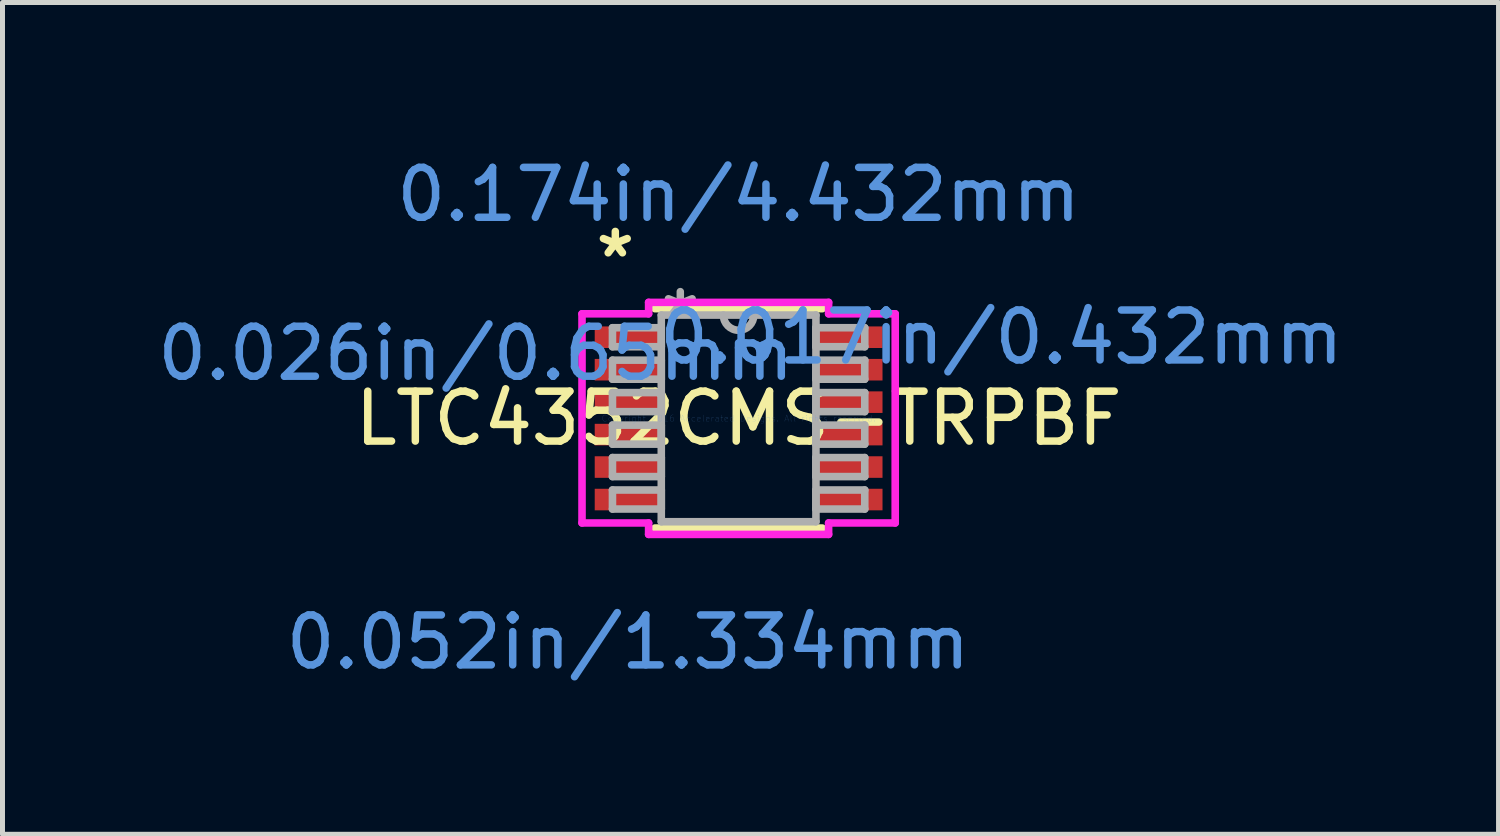
<source format=kicad_pcb>
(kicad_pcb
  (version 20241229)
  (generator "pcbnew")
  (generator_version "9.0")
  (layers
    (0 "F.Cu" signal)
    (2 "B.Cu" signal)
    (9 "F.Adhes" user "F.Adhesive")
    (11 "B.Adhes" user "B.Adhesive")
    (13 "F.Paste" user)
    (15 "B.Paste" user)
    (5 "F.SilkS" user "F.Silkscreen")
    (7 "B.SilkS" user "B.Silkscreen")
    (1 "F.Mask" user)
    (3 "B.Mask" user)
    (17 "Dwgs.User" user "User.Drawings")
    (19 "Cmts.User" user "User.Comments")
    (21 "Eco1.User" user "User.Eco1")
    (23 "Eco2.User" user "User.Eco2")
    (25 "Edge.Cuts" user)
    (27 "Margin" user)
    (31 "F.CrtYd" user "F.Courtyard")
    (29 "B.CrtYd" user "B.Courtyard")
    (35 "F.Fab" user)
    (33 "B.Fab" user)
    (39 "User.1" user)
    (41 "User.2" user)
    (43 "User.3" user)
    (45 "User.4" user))
  (footprint "LTC4352CMS-TRPBF"
    (layer "F.Cu")
    (at 11.746 5.331)
    (property "Reference" "LTC4352CMS-TRPBF" (at 0 0 0) (layer "F.SilkS") (effects (font (size 1 1) (thickness 0.15))))
    (attr through_hole)
    (fp_line (start -1.676 2.197) (end 1.676 2.197) (stroke (width 0.152) (type solid)) (layer "F.SilkS"))
    (fp_line (start 1.676 -2.197) (end -1.676 -2.197) (stroke (width 0.152) (type solid)) (layer "F.SilkS"))
    (fp_line (start -3.137 -2.095) (end -1.803 -2.095) (stroke (width 0.152) (type solid)) (layer "F.CrtYd"))
    (fp_line (start -3.137 2.095) (end -3.137 -2.095) (stroke (width 0.152) (type solid)) (layer "F.CrtYd"))
    (fp_line (start -3.137 2.095) (end -1.803 2.095) (stroke (width 0.152) (type solid)) (layer "F.CrtYd"))
    (fp_line (start -1.803 -2.324) (end 1.803 -2.324) (stroke (width 0.152) (type solid)) (layer "F.CrtYd"))
    (fp_line (start -1.803 -2.095) (end -1.803 -2.324) (stroke (width 0.152) (type solid)) (layer "F.CrtYd"))
    (fp_line (start -1.803 2.324) (end -1.803 2.095) (stroke (width 0.152) (type solid)) (layer "F.CrtYd"))
    (fp_line (start 1.803 -2.324) (end 1.803 -2.095) (stroke (width 0.152) (type solid)) (layer "F.CrtYd"))
    (fp_line (start 1.803 2.095) (end 1.803 2.324) (stroke (width 0.152) (type solid)) (layer "F.CrtYd"))
    (fp_line (start 1.803 2.324) (end -1.803 2.324) (stroke (width 0.152) (type solid)) (layer "F.CrtYd"))
    (fp_line (start 3.137 -2.095) (end 1.803 -2.095) (stroke (width 0.152) (type solid)) (layer "F.CrtYd"))
    (fp_line (start 3.137 -2.095) (end 3.137 2.095) (stroke (width 0.152) (type solid)) (layer "F.CrtYd"))
    (fp_line (start 3.137 2.095) (end 1.803 2.095) (stroke (width 0.152) (type solid)) (layer "F.CrtYd"))
    (fp_line (start -2.527 -1.816) (end -2.527 -1.435) (stroke (width 0.152) (type solid)) (layer "F.Fab"))
    (fp_line (start -2.527 -1.435) (end -1.549 -1.435) (stroke (width 0.152) (type solid)) (layer "F.Fab"))
    (fp_line (start -2.527 -1.166) (end -2.527 -0.785) (stroke (width 0.152) (type solid)) (layer "F.Fab"))
    (fp_line (start -2.527 -0.785) (end -1.549 -0.785) (stroke (width 0.152) (type solid)) (layer "F.Fab"))
    (fp_line (start -2.527 -0.516) (end -2.527 -0.135) (stroke (width 0.152) (type solid)) (layer "F.Fab"))
    (fp_line (start -2.527 -0.135) (end -1.549 -0.135) (stroke (width 0.152) (type solid)) (layer "F.Fab"))
    (fp_line (start -2.527 0.135) (end -2.527 0.516) (stroke (width 0.152) (type solid)) (layer "F.Fab"))
    (fp_line (start -2.527 0.516) (end -1.549 0.516) (stroke (width 0.152) (type solid)) (layer "F.Fab"))
    (fp_line (start -2.527 0.785) (end -2.527 1.166) (stroke (width 0.152) (type solid)) (layer "F.Fab"))
    (fp_line (start -2.527 1.166) (end -1.549 1.166) (stroke (width 0.152) (type solid)) (layer "F.Fab"))
    (fp_line (start -2.527 1.435) (end -2.527 1.816) (stroke (width 0.152) (type solid)) (layer "F.Fab"))
    (fp_line (start -2.527 1.816) (end -1.549 1.816) (stroke (width 0.152) (type solid)) (layer "F.Fab"))
    (fp_line (start -1.549 -2.07) (end -1.549 2.07) (stroke (width 0.152) (type solid)) (layer "F.Fab"))
    (fp_line (start -1.549 -1.816) (end -2.527 -1.816) (stroke (width 0.152) (type solid)) (layer "F.Fab"))
    (fp_line (start -1.549 -1.435) (end -1.549 -1.816) (stroke (width 0.152) (type solid)) (layer "F.Fab"))
    (fp_line (start -1.549 -1.166) (end -2.527 -1.166) (stroke (width 0.152) (type solid)) (layer "F.Fab"))
    (fp_line (start -1.549 -0.785) (end -1.549 -1.166) (stroke (width 0.152) (type solid)) (layer "F.Fab"))
    (fp_line (start -1.549 -0.516) (end -2.527 -0.516) (stroke (width 0.152) (type solid)) (layer "F.Fab"))
    (fp_line (start -1.549 -0.135) (end -1.549 -0.516) (stroke (width 0.152) (type solid)) (layer "F.Fab"))
    (fp_line (start -1.549 0.135) (end -2.527 0.135) (stroke (width 0.152) (type solid)) (layer "F.Fab"))
    (fp_line (start -1.549 0.516) (end -1.549 0.135) (stroke (width 0.152) (type solid)) (layer "F.Fab"))
    (fp_line (start -1.549 0.785) (end -2.527 0.785) (stroke (width 0.152) (type solid)) (layer "F.Fab"))
    (fp_line (start -1.549 1.166) (end -1.549 0.785) (stroke (width 0.152) (type solid)) (layer "F.Fab"))
    (fp_line (start -1.549 1.435) (end -2.527 1.435) (stroke (width 0.152) (type solid)) (layer "F.Fab"))
    (fp_line (start -1.549 1.816) (end -1.549 1.435) (stroke (width 0.152) (type solid)) (layer "F.Fab"))
    (fp_line (start -1.549 2.07) (end 1.549 2.07) (stroke (width 0.152) (type solid)) (layer "F.Fab"))
    (fp_line (start 1.549 -2.07) (end -1.549 -2.07) (stroke (width 0.152) (type solid)) (layer "F.Fab"))
    (fp_line (start 1.549 -1.816) (end 1.549 -1.435) (stroke (width 0.152) (type solid)) (layer "F.Fab"))
    (fp_line (start 1.549 -1.435) (end 2.527 -1.435) (stroke (width 0.152) (type solid)) (layer "F.Fab"))
    (fp_line (start 1.549 -1.166) (end 1.549 -0.785) (stroke (width 0.152) (type solid)) (layer "F.Fab"))
    (fp_line (start 1.549 -0.785) (end 2.527 -0.785) (stroke (width 0.152) (type solid)) (layer "F.Fab"))
    (fp_line (start 1.549 -0.516) (end 1.549 -0.135) (stroke (width 0.152) (type solid)) (layer "F.Fab"))
    (fp_line (start 1.549 -0.135) (end 2.527 -0.135) (stroke (width 0.152) (type solid)) (layer "F.Fab"))
    (fp_line (start 1.549 0.135) (end 1.549 0.516) (stroke (width 0.152) (type solid)) (layer "F.Fab"))
    (fp_line (start 1.549 0.516) (end 2.527 0.516) (stroke (width 0.152) (type solid)) (layer "F.Fab"))
    (fp_line (start 1.549 0.785) (end 1.549 1.166) (stroke (width 0.152) (type solid)) (layer "F.Fab"))
    (fp_line (start 1.549 1.166) (end 2.527 1.166) (stroke (width 0.152) (type solid)) (layer "F.Fab"))
    (fp_line (start 1.549 1.435) (end 1.549 1.816) (stroke (width 0.152) (type solid)) (layer "F.Fab"))
    (fp_line (start 1.549 1.816) (end 2.527 1.816) (stroke (width 0.152) (type solid)) (layer "F.Fab"))
    (fp_line (start 1.549 2.07) (end 1.549 -2.07) (stroke (width 0.152) (type solid)) (layer "F.Fab"))
    (fp_line (start 2.527 -1.816) (end 1.549 -1.816) (stroke (width 0.152) (type solid)) (layer "F.Fab"))
    (fp_line (start 2.527 -1.435) (end 2.527 -1.816) (stroke (width 0.152) (type solid)) (layer "F.Fab"))
    (fp_line (start 2.527 -1.166) (end 1.549 -1.166) (stroke (width 0.152) (type solid)) (layer "F.Fab"))
    (fp_line (start 2.527 -0.785) (end 2.527 -1.166) (stroke (width 0.152) (type solid)) (layer "F.Fab"))
    (fp_line (start 2.527 -0.516) (end 1.549 -0.516) (stroke (width 0.152) (type solid)) (layer "F.Fab"))
    (fp_line (start 2.527 -0.135) (end 2.527 -0.516) (stroke (width 0.152) (type solid)) (layer "F.Fab"))
    (fp_line (start 2.527 0.135) (end 1.549 0.135) (stroke (width 0.152) (type solid)) (layer "F.Fab"))
    (fp_line (start 2.527 0.516) (end 2.527 0.135) (stroke (width 0.152) (type solid)) (layer "F.Fab"))
    (fp_line (start 2.527 0.785) (end 1.549 0.785) (stroke (width 0.152) (type solid)) (layer "F.Fab"))
    (fp_line (start 2.527 1.166) (end 2.527 0.785) (stroke (width 0.152) (type solid)) (layer "F.Fab"))
    (fp_line (start 2.527 1.435) (end 1.549 1.435) (stroke (width 0.152) (type solid)) (layer "F.Fab"))
    (fp_line (start 2.527 1.816) (end 2.527 1.435) (stroke (width 0.152) (type solid)) (layer "F.Fab"))
    (fp_arc (start 0.3048 -2.0701) (mid 0 -1.7653) (end -0.3048 -2.0701) (stroke (width 0.1524) (type solid)) (layer "F.Fab"))
    (fp_text user "*" (at -2.47 -3.2 0) (layer "F.SilkS") (effects (font (size 1 1) (thickness 0.15))))
    (fp_text user "0.174in/4.432mm" (at 0 -4.483 0) (layer "Cmts.User") (effects (font (size 1 1) (thickness 0.15))))
    (fp_text user "0.052in/1.334mm" (at -2.216 4.483 0) (layer "Cmts.User") (effects (font (size 1 1) (thickness 0.15))))
    (fp_text user "0.017in/0.432mm" (at 5.264 -1.626 0) (layer "Cmts.User") (effects (font (size 1 1) (thickness 0.15))))
    (fp_text user "0.026in/0.65mm" (at -5.264 -1.3 0) (layer "Cmts.User") (effects (font (size 1 1) (thickness 0.15))))
    (fp_text user "Copyright 2016 Accelerated Designs. All rights reserved." (at 0 0 0) (layer "Cmts.User") (effects (font (size 0.127 0.127) (thickness 0.002))))
    (fp_text user "*" (at -1.168 -1.994 0) (layer "F.Fab") (effects (font (size 1 1) (thickness 0.15))))
    (pad "1" smd rect (at -2.216 -1.626) (size 1.333 0.432) (layers "F.Cu" "F.Mask" "F.Paste"))
    (pad "2" smd rect (at -2.216 -0.975) (size 1.333 0.432) (layers "F.Cu" "F.Mask" "F.Paste"))
    (pad "3" smd rect (at -2.216 -0.325) (size 1.333 0.432) (layers "F.Cu" "F.Mask" "F.Paste"))
    (pad "4" smd rect (at -2.216 0.325) (size 1.333 0.432) (layers "F.Cu" "F.Mask" "F.Paste"))
    (pad "5" smd rect (at -2.216 0.975) (size 1.333 0.432) (layers "F.Cu" "F.Mask" "F.Paste"))
    (pad "6" smd rect (at -2.216 1.626) (size 1.333 0.432) (layers "F.Cu" "F.Mask" "F.Paste"))
    (pad "7" smd rect (at 2.216 1.626) (size 1.333 0.432) (layers "F.Cu" "F.Mask" "F.Paste"))
    (pad "8" smd rect (at 2.216 0.975) (size 1.333 0.432) (layers "F.Cu" "F.Mask" "F.Paste"))
    (pad "9" smd rect (at 2.216 0.325) (size 1.333 0.432) (layers "F.Cu" "F.Mask" "F.Paste"))
    (pad "10" smd rect (at 2.216 -0.325) (size 1.333 0.432) (layers "F.Cu" "F.Mask" "F.Paste"))
    (pad "11" smd rect (at 2.216 -0.975) (size 1.333 0.432) (layers "F.Cu" "F.Mask" "F.Paste"))
    (pad "12" smd rect (at 2.216 -1.626) (size 1.333 0.432) (layers "F.Cu" "F.Mask" "F.Paste")))
  (gr_rect
    (start -3 -3)
    (end 26.969 13.663)
    (stroke (width 0.1) (type default))
    (fill no)
    (layer "Edge.Cuts")))
</source>
